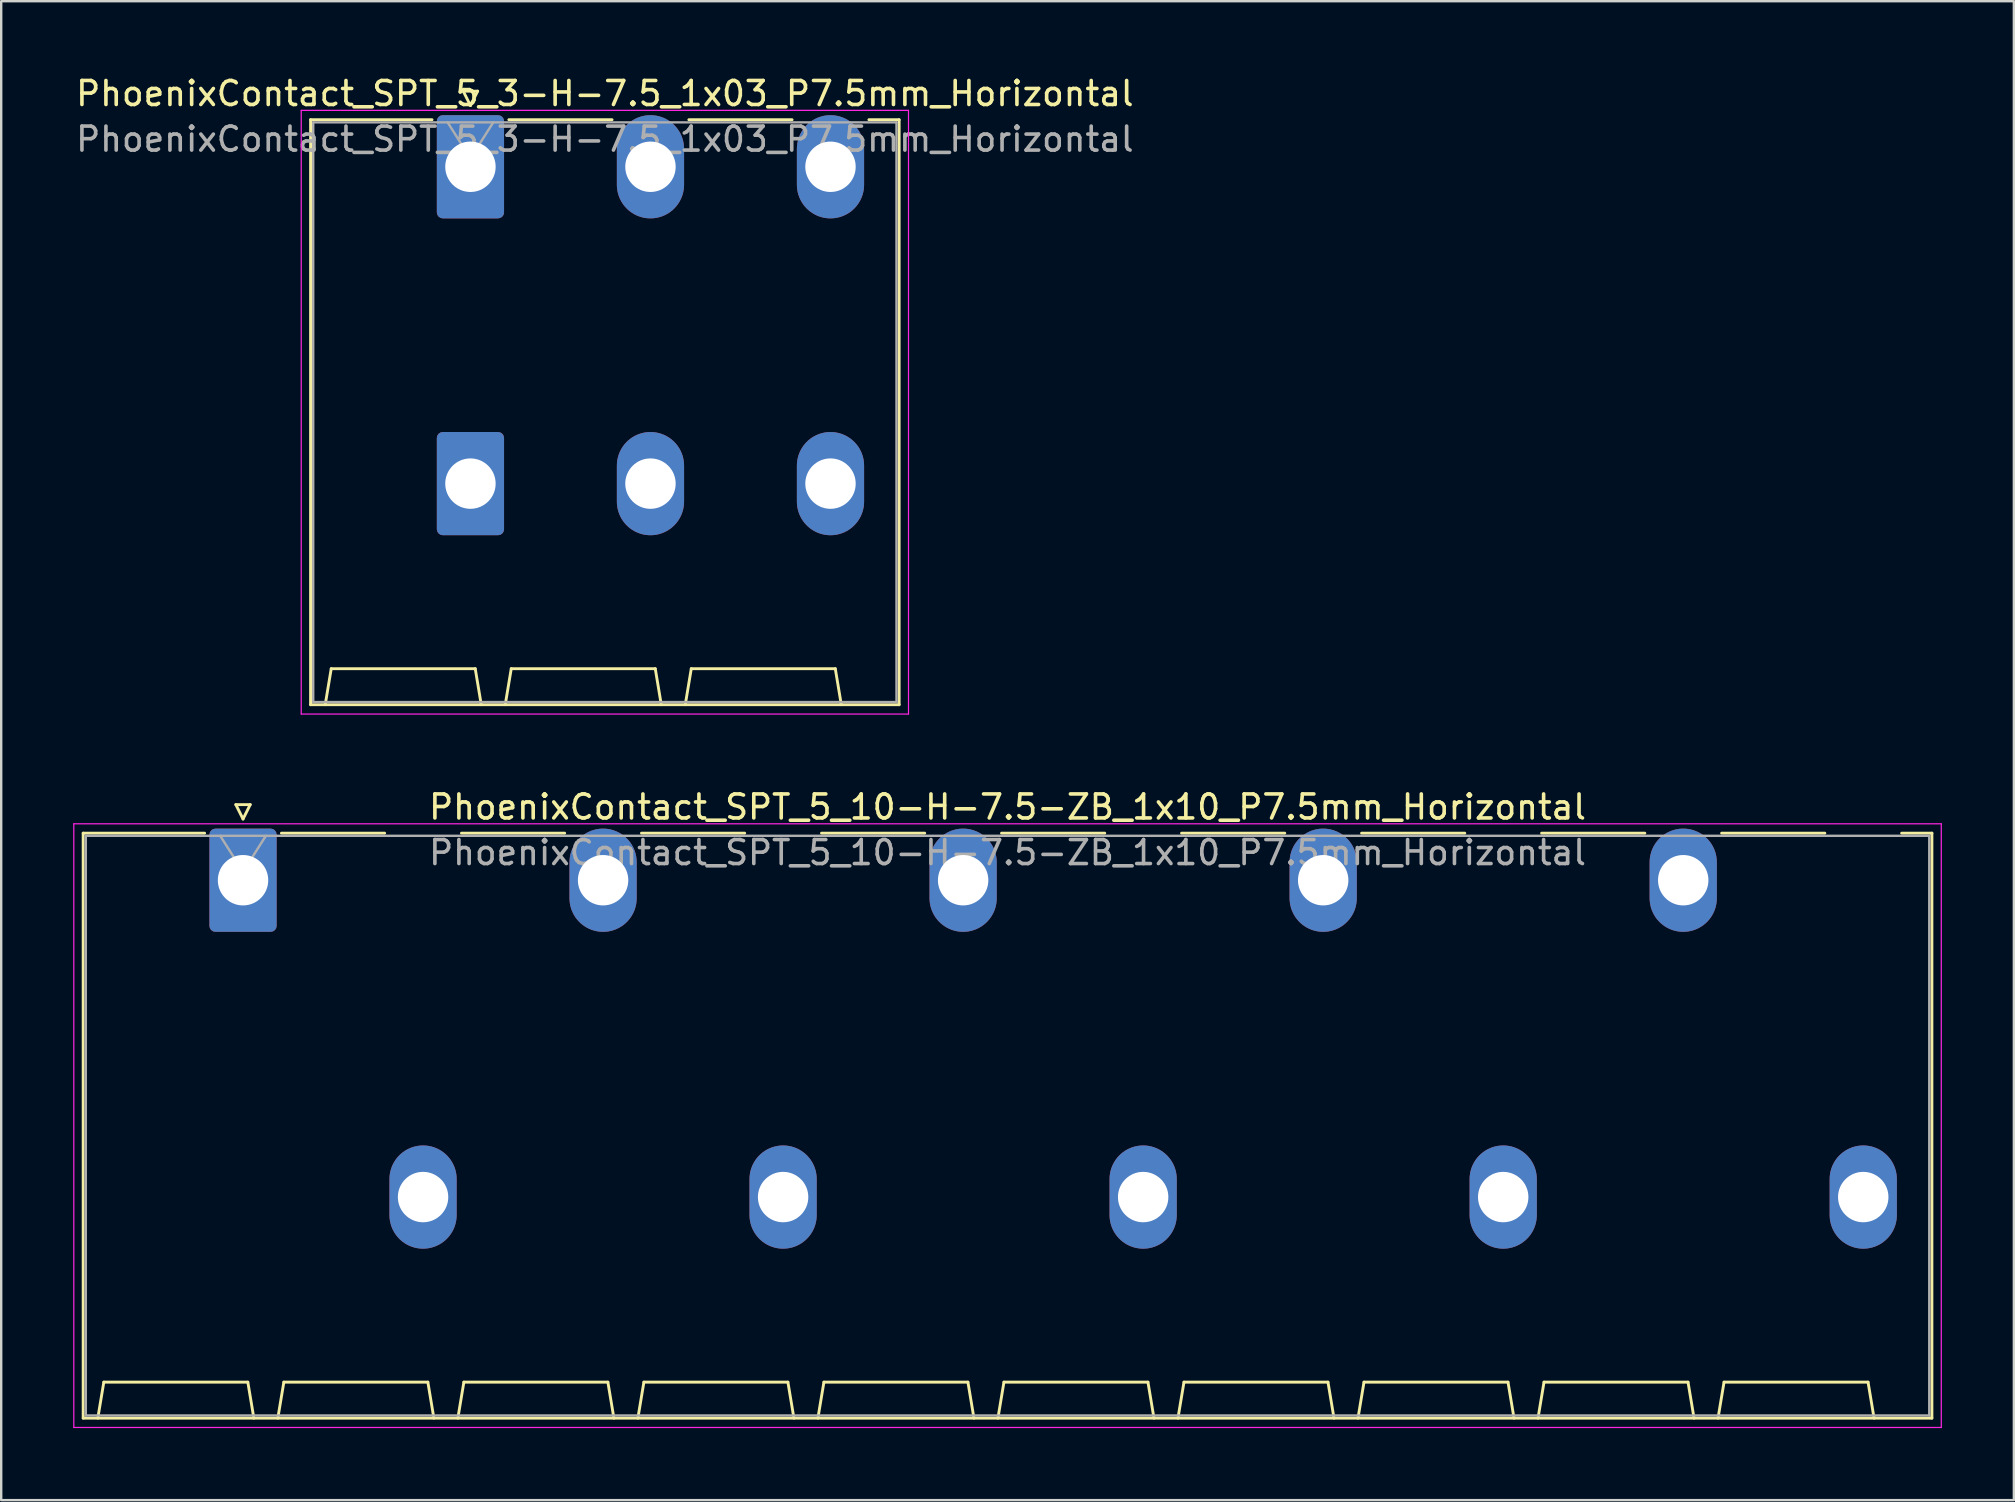
<source format=kicad_pcb>
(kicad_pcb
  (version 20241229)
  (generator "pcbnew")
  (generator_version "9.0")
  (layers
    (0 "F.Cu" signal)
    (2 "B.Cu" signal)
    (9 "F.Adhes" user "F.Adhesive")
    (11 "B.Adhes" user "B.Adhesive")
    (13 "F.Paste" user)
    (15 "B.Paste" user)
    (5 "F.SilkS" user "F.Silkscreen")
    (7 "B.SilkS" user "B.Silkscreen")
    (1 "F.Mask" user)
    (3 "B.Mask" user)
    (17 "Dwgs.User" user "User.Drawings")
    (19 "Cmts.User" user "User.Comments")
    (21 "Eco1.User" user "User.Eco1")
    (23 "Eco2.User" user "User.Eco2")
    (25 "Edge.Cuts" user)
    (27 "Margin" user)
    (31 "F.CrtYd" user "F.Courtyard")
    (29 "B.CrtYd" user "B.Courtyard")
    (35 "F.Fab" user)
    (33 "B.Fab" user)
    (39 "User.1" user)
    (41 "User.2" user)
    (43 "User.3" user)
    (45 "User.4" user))
  (footprint "PhoenixContact_SPT_5_3-H-7.5_1x03_P7.5mm_Horizontal"
    (layer "F.Cu")
    (at 16.549 3.898)
    (property "Reference" "PhoenixContact_SPT_5_3-H-7.5_1x03_P7.5mm_Horizontal" (at 5.6 -3.05 0) (layer "F.SilkS") (effects (font (size 1 1) (thickness 0.15))))
    (attr through_hole)
    (fp_line (start -6.66 -1.96) (end -1.6 -1.96) (stroke (width 0.12) (type solid)) (layer "F.SilkS"))
    (fp_line (start -6.66 22.41) (end -6.66 -1.96) (stroke (width 0.12) (type solid)) (layer "F.SilkS"))
    (fp_line (start -6.05 22.41) (end -5.8 20.91) (stroke (width 0.12) (type solid)) (layer "F.SilkS"))
    (fp_line (start -5.8 20.91) (end 0.2 20.91) (stroke (width 0.12) (type solid)) (layer "F.SilkS"))
    (fp_line (start -0.3 -3.15) (end 0 -2.55) (stroke (width 0.12) (type solid)) (layer "F.SilkS"))
    (fp_line (start -0.3 -3.15) (end 0.3 -3.15) (stroke (width 0.12) (type solid)) (layer "F.SilkS"))
    (fp_line (start 0.3 -3.15) (end 0 -2.55) (stroke (width 0.12) (type solid)) (layer "F.SilkS"))
    (fp_line (start 0.45 22.41) (end 0.2 20.91) (stroke (width 0.12) (type solid)) (layer "F.SilkS"))
    (fp_line (start 1.45 22.41) (end 1.7 20.91) (stroke (width 0.12) (type solid)) (layer "F.SilkS"))
    (fp_line (start 1.6 -1.96) (end 5.9 -1.96) (stroke (width 0.12) (type solid)) (layer "F.SilkS"))
    (fp_line (start 1.7 20.91) (end 7.7 20.91) (stroke (width 0.12) (type solid)) (layer "F.SilkS"))
    (fp_line (start 7.95 22.41) (end 7.7 20.91) (stroke (width 0.12) (type solid)) (layer "F.SilkS"))
    (fp_line (start 8.95 22.41) (end 9.2 20.91) (stroke (width 0.12) (type solid)) (layer "F.SilkS"))
    (fp_line (start 9.1 -1.96) (end 13.4 -1.96) (stroke (width 0.12) (type solid)) (layer "F.SilkS"))
    (fp_line (start 9.2 20.91) (end 15.2 20.91) (stroke (width 0.12) (type solid)) (layer "F.SilkS"))
    (fp_line (start 15.45 22.41) (end 15.2 20.91) (stroke (width 0.12) (type solid)) (layer "F.SilkS"))
    (fp_line (start 16.6 -1.96) (end 17.86 -1.96) (stroke (width 0.12) (type solid)) (layer "F.SilkS"))
    (fp_line (start 17.86 -1.96) (end 17.86 22.41) (stroke (width 0.12) (type solid)) (layer "F.SilkS"))
    (fp_line (start 17.86 22.41) (end -6.66 22.41) (stroke (width 0.12) (type solid)) (layer "F.SilkS"))
    (fp_line (start -7.05 -2.35) (end -7.05 22.8) (stroke (width 0.05) (type solid)) (layer "F.CrtYd"))
    (fp_line (start -7.05 22.8) (end 18.25 22.8) (stroke (width 0.05) (type solid)) (layer "F.CrtYd"))
    (fp_line (start 18.25 -2.35) (end -7.05 -2.35) (stroke (width 0.05) (type solid)) (layer "F.CrtYd"))
    (fp_line (start 18.25 22.8) (end 18.25 -2.35) (stroke (width 0.05) (type solid)) (layer "F.CrtYd"))
    (fp_line (start -6.55 -1.85) (end -6.55 22.3) (stroke (width 0.1) (type solid)) (layer "F.Fab"))
    (fp_line (start -6.55 22.3) (end 17.75 22.3) (stroke (width 0.1) (type solid)) (layer "F.Fab"))
    (fp_line (start -0.95 -1.85) (end 0 -0.35) (stroke (width 0.1) (type solid)) (layer "F.Fab"))
    (fp_line (start 0.95 -1.85) (end 0 -0.35) (stroke (width 0.1) (type solid)) (layer "F.Fab"))
    (fp_line (start 17.75 -1.85) (end -6.55 -1.85) (stroke (width 0.1) (type solid)) (layer "F.Fab"))
    (fp_line (start 17.75 22.3) (end 17.75 -1.85) (stroke (width 0.1) (type solid)) (layer "F.Fab"))
    (fp_text user "${REFERENCE}" (at 5.6 -1.15 0) (layer "F.Fab") (effects (font (size 1 1) (thickness 0.15))))
    (pad "1" thru_hole roundrect (at 0 0) (size 2.8 4.3) (drill 2.1) (layers "*.Cu" "*.Mask") (roundrect_rratio 0.089))
    (pad "1" thru_hole roundrect (at 0 13.2) (size 2.8 4.3) (drill 2.1) (layers "*.Cu" "*.Mask") (roundrect_rratio 0.089))
    (pad "2" thru_hole oval (at 7.5 0) (size 2.8 4.3) (drill 2.1) (layers "*.Cu" "*.Mask"))
    (pad "2" thru_hole oval (at 7.5 13.2) (size 2.8 4.3) (drill 2.1) (layers "*.Cu" "*.Mask"))
    (pad "3" thru_hole oval (at 15 0) (size 2.8 4.3) (drill 2.1) (layers "*.Cu" "*.Mask"))
    (pad "3" thru_hole oval (at 15 13.2) (size 2.8 4.3) (drill 2.1) (layers "*.Cu" "*.Mask")))
  (footprint "PhoenixContact_SPT_5_10-H-7.5-ZB_1x10_P7.5mm_Horizontal"
    (layer "F.Cu")
    (at 7.075 33.621)
    (property "Reference" "PhoenixContact_SPT_5_10-H-7.5-ZB_1x10_P7.5mm_Horizontal" (at 31.85 -3.05 0) (layer "F.SilkS") (effects (font (size 1 1) (thickness 0.15))))
    (attr through_hole)
    (fp_line (start -6.66 -1.96) (end -1.6 -1.96) (stroke (width 0.12) (type solid)) (layer "F.SilkS"))
    (fp_line (start -6.66 22.41) (end -6.66 -1.96) (stroke (width 0.12) (type solid)) (layer "F.SilkS"))
    (fp_line (start -6.05 22.41) (end -5.8 20.91) (stroke (width 0.12) (type solid)) (layer "F.SilkS"))
    (fp_line (start -5.8 20.91) (end 0.2 20.91) (stroke (width 0.12) (type solid)) (layer "F.SilkS"))
    (fp_line (start -0.3 -3.15) (end 0 -2.55) (stroke (width 0.12) (type solid)) (layer "F.SilkS"))
    (fp_line (start -0.3 -3.15) (end 0.3 -3.15) (stroke (width 0.12) (type solid)) (layer "F.SilkS"))
    (fp_line (start 0.3 -3.15) (end 0 -2.55) (stroke (width 0.12) (type solid)) (layer "F.SilkS"))
    (fp_line (start 0.45 22.41) (end 0.2 20.91) (stroke (width 0.12) (type solid)) (layer "F.SilkS"))
    (fp_line (start 1.45 22.41) (end 1.7 20.91) (stroke (width 0.12) (type solid)) (layer "F.SilkS"))
    (fp_line (start 1.6 -1.96) (end 5.9 -1.96) (stroke (width 0.12) (type solid)) (layer "F.SilkS"))
    (fp_line (start 1.7 20.91) (end 7.7 20.91) (stroke (width 0.12) (type solid)) (layer "F.SilkS"))
    (fp_line (start 7.95 22.41) (end 7.7 20.91) (stroke (width 0.12) (type solid)) (layer "F.SilkS"))
    (fp_line (start 8.95 22.41) (end 9.2 20.91) (stroke (width 0.12) (type solid)) (layer "F.SilkS"))
    (fp_line (start 9.1 -1.96) (end 13.4 -1.96) (stroke (width 0.12) (type solid)) (layer "F.SilkS"))
    (fp_line (start 9.2 20.91) (end 15.2 20.91) (stroke (width 0.12) (type solid)) (layer "F.SilkS"))
    (fp_line (start 15.45 22.41) (end 15.2 20.91) (stroke (width 0.12) (type solid)) (layer "F.SilkS"))
    (fp_line (start 16.45 22.41) (end 16.7 20.91) (stroke (width 0.12) (type solid)) (layer "F.SilkS"))
    (fp_line (start 16.6 -1.96) (end 20.9 -1.96) (stroke (width 0.12) (type solid)) (layer "F.SilkS"))
    (fp_line (start 16.7 20.91) (end 22.7 20.91) (stroke (width 0.12) (type solid)) (layer "F.SilkS"))
    (fp_line (start 22.95 22.41) (end 22.7 20.91) (stroke (width 0.12) (type solid)) (layer "F.SilkS"))
    (fp_line (start 23.95 22.41) (end 24.2 20.91) (stroke (width 0.12) (type solid)) (layer "F.SilkS"))
    (fp_line (start 24.1 -1.96) (end 28.4 -1.96) (stroke (width 0.12) (type solid)) (layer "F.SilkS"))
    (fp_line (start 24.2 20.91) (end 30.2 20.91) (stroke (width 0.12) (type solid)) (layer "F.SilkS"))
    (fp_line (start 30.45 22.41) (end 30.2 20.91) (stroke (width 0.12) (type solid)) (layer "F.SilkS"))
    (fp_line (start 31.45 22.41) (end 31.7 20.91) (stroke (width 0.12) (type solid)) (layer "F.SilkS"))
    (fp_line (start 31.6 -1.96) (end 35.9 -1.96) (stroke (width 0.12) (type solid)) (layer "F.SilkS"))
    (fp_line (start 31.7 20.91) (end 37.7 20.91) (stroke (width 0.12) (type solid)) (layer "F.SilkS"))
    (fp_line (start 37.95 22.41) (end 37.7 20.91) (stroke (width 0.12) (type solid)) (layer "F.SilkS"))
    (fp_line (start 38.95 22.41) (end 39.2 20.91) (stroke (width 0.12) (type solid)) (layer "F.SilkS"))
    (fp_line (start 39.1 -1.96) (end 43.4 -1.96) (stroke (width 0.12) (type solid)) (layer "F.SilkS"))
    (fp_line (start 39.2 20.91) (end 45.2 20.91) (stroke (width 0.12) (type solid)) (layer "F.SilkS"))
    (fp_line (start 45.45 22.41) (end 45.2 20.91) (stroke (width 0.12) (type solid)) (layer "F.SilkS"))
    (fp_line (start 46.45 22.41) (end 46.7 20.91) (stroke (width 0.12) (type solid)) (layer "F.SilkS"))
    (fp_line (start 46.6 -1.96) (end 50.9 -1.96) (stroke (width 0.12) (type solid)) (layer "F.SilkS"))
    (fp_line (start 46.7 20.91) (end 52.7 20.91) (stroke (width 0.12) (type solid)) (layer "F.SilkS"))
    (fp_line (start 52.95 22.41) (end 52.7 20.91) (stroke (width 0.12) (type solid)) (layer "F.SilkS"))
    (fp_line (start 53.95 22.41) (end 54.2 20.91) (stroke (width 0.12) (type solid)) (layer "F.SilkS"))
    (fp_line (start 54.1 -1.96) (end 58.4 -1.96) (stroke (width 0.12) (type solid)) (layer "F.SilkS"))
    (fp_line (start 54.2 20.91) (end 60.2 20.91) (stroke (width 0.12) (type solid)) (layer "F.SilkS"))
    (fp_line (start 60.45 22.41) (end 60.2 20.91) (stroke (width 0.12) (type solid)) (layer "F.SilkS"))
    (fp_line (start 61.45 22.41) (end 61.7 20.91) (stroke (width 0.12) (type solid)) (layer "F.SilkS"))
    (fp_line (start 61.6 -1.96) (end 65.9 -1.96) (stroke (width 0.12) (type solid)) (layer "F.SilkS"))
    (fp_line (start 61.7 20.91) (end 67.7 20.91) (stroke (width 0.12) (type solid)) (layer "F.SilkS"))
    (fp_line (start 67.95 22.41) (end 67.7 20.91) (stroke (width 0.12) (type solid)) (layer "F.SilkS"))
    (fp_line (start 69.1 -1.96) (end 70.36 -1.96) (stroke (width 0.12) (type solid)) (layer "F.SilkS"))
    (fp_line (start 70.36 -1.96) (end 70.36 22.41) (stroke (width 0.12) (type solid)) (layer "F.SilkS"))
    (fp_line (start 70.36 22.41) (end -6.66 22.41) (stroke (width 0.12) (type solid)) (layer "F.SilkS"))
    (fp_line (start -7.05 -2.35) (end -7.05 22.8) (stroke (width 0.05) (type solid)) (layer "F.CrtYd"))
    (fp_line (start -7.05 22.8) (end 70.75 22.8) (stroke (width 0.05) (type solid)) (layer "F.CrtYd"))
    (fp_line (start 70.75 -2.35) (end -7.05 -2.35) (stroke (width 0.05) (type solid)) (layer "F.CrtYd"))
    (fp_line (start 70.75 22.8) (end 70.75 -2.35) (stroke (width 0.05) (type solid)) (layer "F.CrtYd"))
    (fp_line (start -6.55 -1.85) (end -6.55 22.3) (stroke (width 0.1) (type solid)) (layer "F.Fab"))
    (fp_line (start -6.55 22.3) (end 70.25 22.3) (stroke (width 0.1) (type solid)) (layer "F.Fab"))
    (fp_line (start -0.95 -1.85) (end 0 -0.35) (stroke (width 0.1) (type solid)) (layer "F.Fab"))
    (fp_line (start 0.95 -1.85) (end 0 -0.35) (stroke (width 0.1) (type solid)) (layer "F.Fab"))
    (fp_line (start 70.25 -1.85) (end -6.55 -1.85) (stroke (width 0.1) (type solid)) (layer "F.Fab"))
    (fp_line (start 70.25 22.3) (end 70.25 -1.85) (stroke (width 0.1) (type solid)) (layer "F.Fab"))
    (fp_text user "${REFERENCE}" (at 31.85 -1.15 0) (layer "F.Fab") (effects (font (size 1 1) (thickness 0.15))))
    (pad "1" thru_hole roundrect (at 0 0) (size 2.8 4.3) (drill 2.1) (layers "*.Cu" "*.Mask") (roundrect_rratio 0.089))
    (pad "2" thru_hole oval (at 7.5 13.2) (size 2.8 4.3) (drill 2.1) (layers "*.Cu" "*.Mask"))
    (pad "3" thru_hole oval (at 15 0) (size 2.8 4.3) (drill 2.1) (layers "*.Cu" "*.Mask"))
    (pad "4" thru_hole oval (at 22.5 13.2) (size 2.8 4.3) (drill 2.1) (layers "*.Cu" "*.Mask"))
    (pad "5" thru_hole oval (at 30 0) (size 2.8 4.3) (drill 2.1) (layers "*.Cu" "*.Mask"))
    (pad "6" thru_hole oval (at 37.5 13.2) (size 2.8 4.3) (drill 2.1) (layers "*.Cu" "*.Mask"))
    (pad "7" thru_hole oval (at 45 0) (size 2.8 4.3) (drill 2.1) (layers "*.Cu" "*.Mask"))
    (pad "8" thru_hole oval (at 52.5 13.2) (size 2.8 4.3) (drill 2.1) (layers "*.Cu" "*.Mask"))
    (pad "9" thru_hole oval (at 60 0) (size 2.8 4.3) (drill 2.1) (layers "*.Cu" "*.Mask"))
    (pad "10" thru_hole oval (at 67.5 13.2) (size 2.8 4.3) (drill 2.1) (layers "*.Cu" "*.Mask")))
  (gr_rect
    (start -3 -3)
    (end 80.85 59.447)
    (stroke (width 0.1) (type default))
    (fill no)
    (layer "Edge.Cuts")))
</source>
